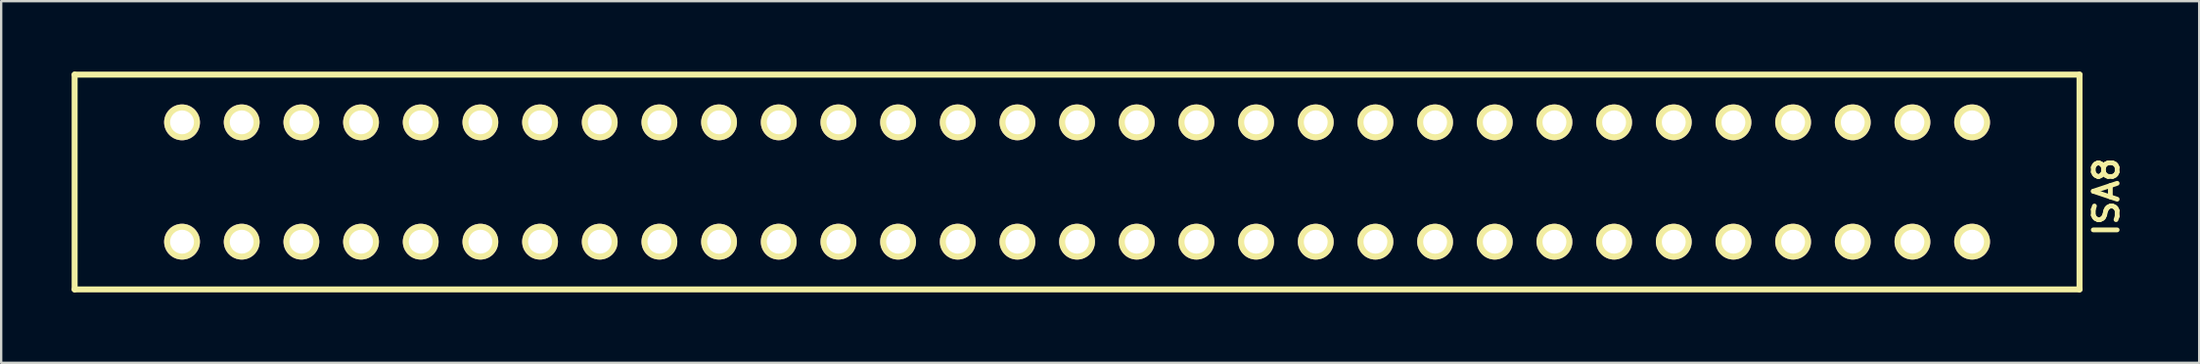
<source format=kicad_pcb>
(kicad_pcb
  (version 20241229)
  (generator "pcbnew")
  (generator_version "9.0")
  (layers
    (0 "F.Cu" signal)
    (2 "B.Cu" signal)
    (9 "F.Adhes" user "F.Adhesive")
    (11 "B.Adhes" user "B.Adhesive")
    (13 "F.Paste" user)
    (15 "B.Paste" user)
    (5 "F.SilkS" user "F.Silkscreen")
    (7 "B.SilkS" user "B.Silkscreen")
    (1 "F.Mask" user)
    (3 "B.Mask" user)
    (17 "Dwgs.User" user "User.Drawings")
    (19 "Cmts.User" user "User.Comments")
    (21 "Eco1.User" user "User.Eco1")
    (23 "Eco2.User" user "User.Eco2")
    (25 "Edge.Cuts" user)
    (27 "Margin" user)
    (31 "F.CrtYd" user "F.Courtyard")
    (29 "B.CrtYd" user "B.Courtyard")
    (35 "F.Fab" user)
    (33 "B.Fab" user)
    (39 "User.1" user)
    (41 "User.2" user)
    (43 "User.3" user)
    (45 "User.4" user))
  (footprint "ISA8"
    (layer "F.Cu")
    (at 42.799 4.699)
    (property "Reference" "ISA8" (at 43.815 0.635 90) (layer "F.SilkS") (effects (font (size 1.016 1.016) (thickness 0.203))))
    (attr through_hole)
    (fp_line (start -42.672 -4.572) (end 42.672 -4.572) (stroke (width 0.254) (type solid)) (layer "F.SilkS"))
    (fp_line (start -42.672 4.572) (end -42.672 -4.572) (stroke (width 0.254) (type solid)) (layer "F.SilkS"))
    (fp_line (start 42.672 -4.572) (end 42.672 4.572) (stroke (width 0.254) (type solid)) (layer "F.SilkS"))
    (fp_line (start 42.672 4.572) (end -42.672 4.572) (stroke (width 0.254) (type solid)) (layer "F.SilkS"))
    (pad "1" thru_hole circle (at 38.1 -2.54 180) (size 1.524 1.524) (drill 1.016) (layers "*.Cu" "*.Mask" "F.SilkS"))
    (pad "2" thru_hole circle (at 35.56 -2.54 180) (size 1.524 1.524) (drill 1.016) (layers "*.Cu" "*.Mask" "F.SilkS"))
    (pad "3" thru_hole circle (at 33.02 -2.54 180) (size 1.524 1.524) (drill 1.016) (layers "*.Cu" "*.Mask" "F.SilkS"))
    (pad "4" thru_hole circle (at 30.48 -2.54 180) (size 1.524 1.524) (drill 1.016) (layers "*.Cu" "*.Mask" "F.SilkS"))
    (pad "5" thru_hole circle (at 27.94 -2.54 180) (size 1.524 1.524) (drill 1.016) (layers "*.Cu" "*.Mask" "F.SilkS"))
    (pad "6" thru_hole circle (at 25.4 -2.54 180) (size 1.524 1.524) (drill 1.016) (layers "*.Cu" "*.Mask" "F.SilkS"))
    (pad "7" thru_hole circle (at 22.86 -2.54 180) (size 1.524 1.524) (drill 1.016) (layers "*.Cu" "*.Mask" "F.SilkS"))
    (pad "8" thru_hole circle (at 20.32 -2.54 180) (size 1.524 1.524) (drill 1.016) (layers "*.Cu" "*.Mask" "F.SilkS"))
    (pad "9" thru_hole circle (at 17.78 -2.54 180) (size 1.524 1.524) (drill 1.016) (layers "*.Cu" "*.Mask" "F.SilkS"))
    (pad "10" thru_hole circle (at 15.24 -2.54 180) (size 1.524 1.524) (drill 1.016) (layers "*.Cu" "*.Mask" "F.SilkS"))
    (pad "11" thru_hole circle (at 12.7 -2.54 180) (size 1.524 1.524) (drill 1.016) (layers "*.Cu" "*.Mask" "F.SilkS"))
    (pad "12" thru_hole circle (at 10.16 -2.54 180) (size 1.524 1.524) (drill 1.016) (layers "*.Cu" "*.Mask" "F.SilkS"))
    (pad "13" thru_hole circle (at 7.62 -2.54 180) (size 1.524 1.524) (drill 1.016) (layers "*.Cu" "*.Mask" "F.SilkS"))
    (pad "14" thru_hole circle (at 5.08 -2.54 180) (size 1.524 1.524) (drill 1.016) (layers "*.Cu" "*.Mask" "F.SilkS"))
    (pad "15" thru_hole circle (at 2.54 -2.54 180) (size 1.524 1.524) (drill 1.016) (layers "*.Cu" "*.Mask" "F.SilkS"))
    (pad "16" thru_hole circle (at 0 -2.54 180) (size 1.524 1.524) (drill 1.016) (layers "*.Cu" "*.Mask" "F.SilkS"))
    (pad "17" thru_hole circle (at -2.54 -2.54 180) (size 1.524 1.524) (drill 1.016) (layers "*.Cu" "*.Mask" "F.SilkS"))
    (pad "18" thru_hole circle (at -5.08 -2.54 180) (size 1.524 1.524) (drill 1.016) (layers "*.Cu" "*.Mask" "F.SilkS"))
    (pad "19" thru_hole circle (at -7.62 -2.54 180) (size 1.524 1.524) (drill 1.016) (layers "*.Cu" "*.Mask" "F.SilkS"))
    (pad "20" thru_hole circle (at -10.16 -2.54 180) (size 1.524 1.524) (drill 1.016) (layers "*.Cu" "*.Mask" "F.SilkS"))
    (pad "21" thru_hole circle (at -12.7 -2.54 180) (size 1.524 1.524) (drill 1.016) (layers "*.Cu" "*.Mask" "F.SilkS"))
    (pad "22" thru_hole circle (at -15.24 -2.54 180) (size 1.524 1.524) (drill 1.016) (layers "*.Cu" "*.Mask" "F.SilkS"))
    (pad "23" thru_hole circle (at -17.78 -2.54 180) (size 1.524 1.524) (drill 1.016) (layers "*.Cu" "*.Mask" "F.SilkS"))
    (pad "24" thru_hole circle (at -20.32 -2.54 180) (size 1.524 1.524) (drill 1.016) (layers "*.Cu" "*.Mask" "F.SilkS"))
    (pad "25" thru_hole circle (at -22.86 -2.54 180) (size 1.524 1.524) (drill 1.016) (layers "*.Cu" "*.Mask" "F.SilkS"))
    (pad "26" thru_hole circle (at -25.4 -2.54 180) (size 1.524 1.524) (drill 1.016) (layers "*.Cu" "*.Mask" "F.SilkS"))
    (pad "27" thru_hole circle (at -27.94 -2.54 180) (size 1.524 1.524) (drill 1.016) (layers "*.Cu" "*.Mask" "F.SilkS"))
    (pad "28" thru_hole circle (at -30.48 -2.54 180) (size 1.524 1.524) (drill 1.016) (layers "*.Cu" "*.Mask" "F.SilkS"))
    (pad "29" thru_hole circle (at -33.02 -2.54 180) (size 1.524 1.524) (drill 1.016) (layers "*.Cu" "*.Mask" "F.SilkS"))
    (pad "30" thru_hole circle (at -35.56 -2.54 180) (size 1.524 1.524) (drill 1.016) (layers "*.Cu" "*.Mask" "F.SilkS"))
    (pad "31" thru_hole circle (at -38.1 -2.54 180) (size 1.524 1.524) (drill 1.016) (layers "*.Cu" "*.Mask" "F.SilkS"))
    (pad "32" thru_hole circle (at 38.1 2.54 180) (size 1.524 1.524) (drill 1.016) (layers "*.Cu" "*.Mask" "F.SilkS"))
    (pad "33" thru_hole circle (at 35.56 2.54 180) (size 1.524 1.524) (drill 1.016) (layers "*.Cu" "*.Mask" "F.SilkS"))
    (pad "34" thru_hole circle (at 33.02 2.54 180) (size 1.524 1.524) (drill 1.016) (layers "*.Cu" "*.Mask" "F.SilkS"))
    (pad "35" thru_hole circle (at 30.48 2.54 180) (size 1.524 1.524) (drill 1.016) (layers "*.Cu" "*.Mask" "F.SilkS"))
    (pad "36" thru_hole circle (at 27.94 2.54 180) (size 1.524 1.524) (drill 1.016) (layers "*.Cu" "*.Mask" "F.SilkS"))
    (pad "37" thru_hole circle (at 25.4 2.54 180) (size 1.524 1.524) (drill 1.016) (layers "*.Cu" "*.Mask" "F.SilkS"))
    (pad "38" thru_hole circle (at 22.86 2.54 180) (size 1.524 1.524) (drill 1.016) (layers "*.Cu" "*.Mask" "F.SilkS"))
    (pad "39" thru_hole circle (at 20.32 2.54 180) (size 1.524 1.524) (drill 1.016) (layers "*.Cu" "*.Mask" "F.SilkS"))
    (pad "40" thru_hole circle (at 17.78 2.54 180) (size 1.524 1.524) (drill 1.016) (layers "*.Cu" "*.Mask" "F.SilkS"))
    (pad "41" thru_hole circle (at 15.24 2.54 180) (size 1.524 1.524) (drill 1.016) (layers "*.Cu" "*.Mask" "F.SilkS"))
    (pad "42" thru_hole circle (at 12.7 2.54 180) (size 1.524 1.524) (drill 1.016) (layers "*.Cu" "*.Mask" "F.SilkS"))
    (pad "43" thru_hole circle (at 10.16 2.54 180) (size 1.524 1.524) (drill 1.016) (layers "*.Cu" "*.Mask" "F.SilkS"))
    (pad "44" thru_hole circle (at 7.62 2.54 180) (size 1.524 1.524) (drill 1.016) (layers "*.Cu" "*.Mask" "F.SilkS"))
    (pad "45" thru_hole circle (at 5.08 2.54 180) (size 1.524 1.524) (drill 1.016) (layers "*.Cu" "*.Mask" "F.SilkS"))
    (pad "46" thru_hole circle (at 2.54 2.54 180) (size 1.524 1.524) (drill 1.016) (layers "*.Cu" "*.Mask" "F.SilkS"))
    (pad "47" thru_hole circle (at 0 2.54 180) (size 1.524 1.524) (drill 1.016) (layers "*.Cu" "*.Mask" "F.SilkS"))
    (pad "48" thru_hole circle (at -2.54 2.54 180) (size 1.524 1.524) (drill 1.016) (layers "*.Cu" "*.Mask" "F.SilkS"))
    (pad "49" thru_hole circle (at -5.08 2.54 180) (size 1.524 1.524) (drill 1.016) (layers "*.Cu" "*.Mask" "F.SilkS"))
    (pad "50" thru_hole circle (at -7.62 2.54 180) (size 1.524 1.524) (drill 1.016) (layers "*.Cu" "*.Mask" "F.SilkS"))
    (pad "51" thru_hole circle (at -10.16 2.54 180) (size 1.524 1.524) (drill 1.016) (layers "*.Cu" "*.Mask" "F.SilkS"))
    (pad "52" thru_hole circle (at -12.7 2.54 180) (size 1.524 1.524) (drill 1.016) (layers "*.Cu" "*.Mask" "F.SilkS"))
    (pad "53" thru_hole circle (at -15.24 2.54 180) (size 1.524 1.524) (drill 1.016) (layers "*.Cu" "*.Mask" "F.SilkS"))
    (pad "54" thru_hole circle (at -17.78 2.54 180) (size 1.524 1.524) (drill 1.016) (layers "*.Cu" "*.Mask" "F.SilkS"))
    (pad "55" thru_hole circle (at -20.32 2.54 180) (size 1.524 1.524) (drill 1.016) (layers "*.Cu" "*.Mask" "F.SilkS"))
    (pad "56" thru_hole circle (at -22.86 2.54 180) (size 1.524 1.524) (drill 1.016) (layers "*.Cu" "*.Mask" "F.SilkS"))
    (pad "57" thru_hole circle (at -25.4 2.54 180) (size 1.524 1.524) (drill 1.016) (layers "*.Cu" "*.Mask" "F.SilkS"))
    (pad "58" thru_hole circle (at -27.94 2.54 180) (size 1.524 1.524) (drill 1.016) (layers "*.Cu" "*.Mask" "F.SilkS"))
    (pad "59" thru_hole circle (at -30.48 2.54 180) (size 1.524 1.524) (drill 1.016) (layers "*.Cu" "*.Mask" "F.SilkS"))
    (pad "60" thru_hole circle (at -33.02 2.54 180) (size 1.524 1.524) (drill 1.016) (layers "*.Cu" "*.Mask" "F.SilkS"))
    (pad "61" thru_hole circle (at -35.56 2.54 180) (size 1.524 1.524) (drill 1.016) (layers "*.Cu" "*.Mask" "F.SilkS"))
    (pad "62" thru_hole circle (at -38.1 2.54 180) (size 1.524 1.524) (drill 1.016) (layers "*.Cu" "*.Mask" "F.SilkS")))
  (gr_rect
    (start -3 -3)
    (end 90.565 12.398)
    (stroke (width 0.1) (type default))
    (fill no)
    (layer "Edge.Cuts")))
</source>
